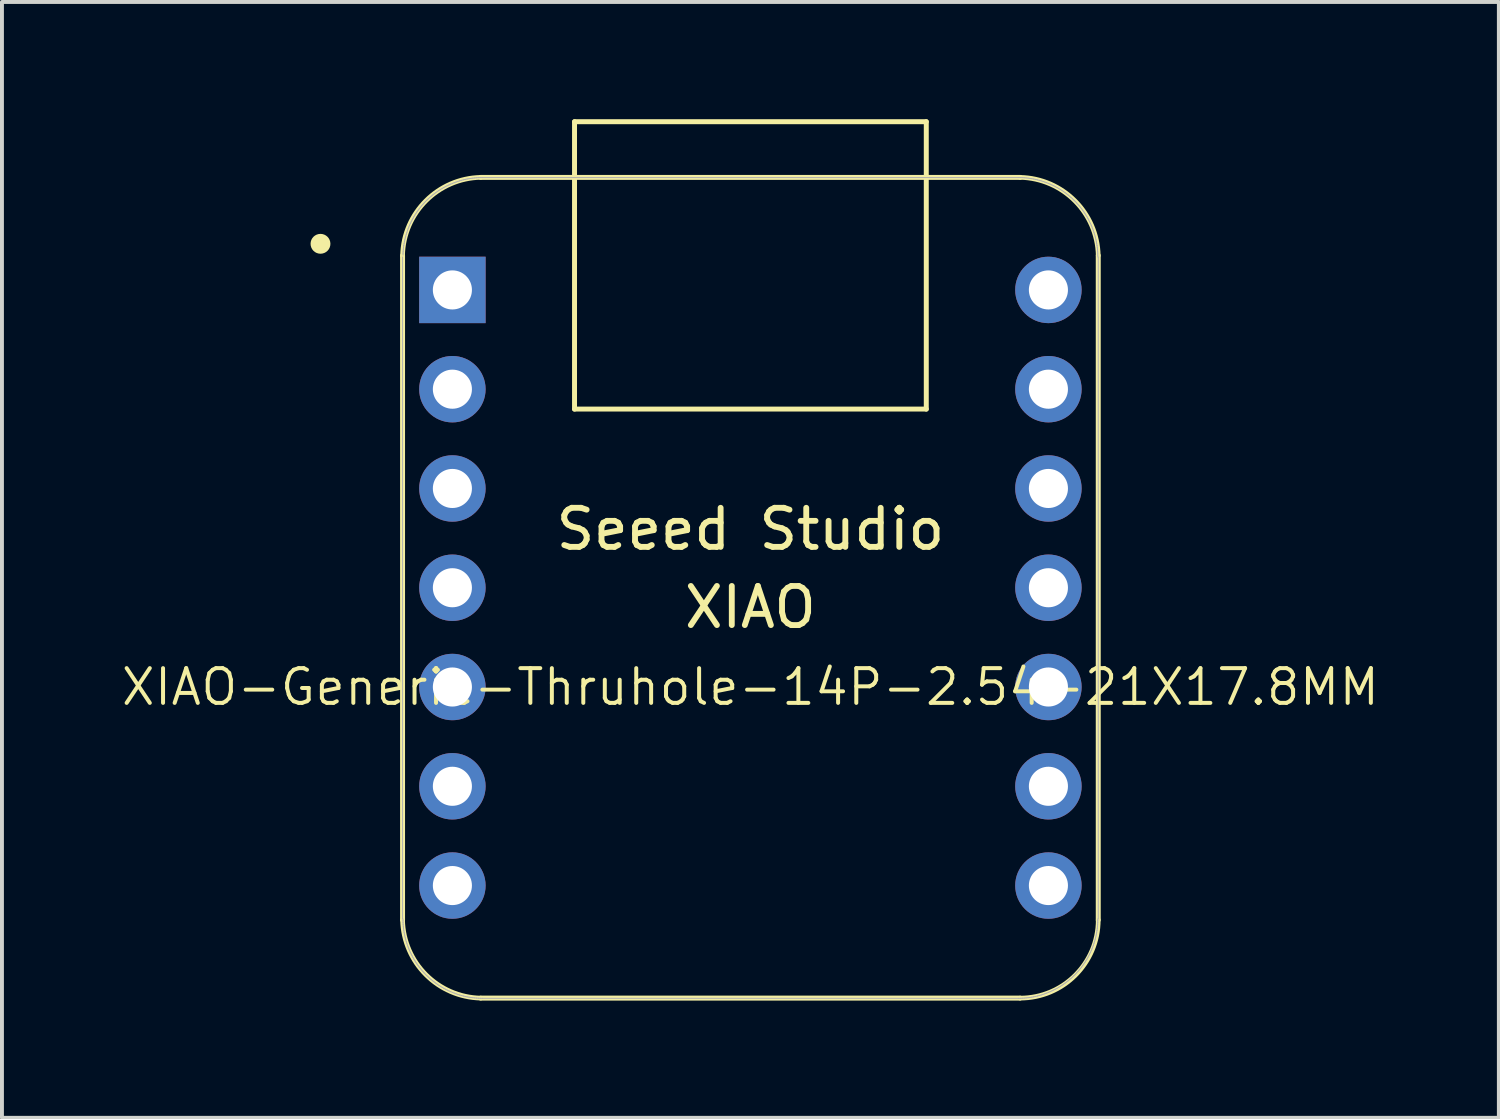
<source format=kicad_pcb>
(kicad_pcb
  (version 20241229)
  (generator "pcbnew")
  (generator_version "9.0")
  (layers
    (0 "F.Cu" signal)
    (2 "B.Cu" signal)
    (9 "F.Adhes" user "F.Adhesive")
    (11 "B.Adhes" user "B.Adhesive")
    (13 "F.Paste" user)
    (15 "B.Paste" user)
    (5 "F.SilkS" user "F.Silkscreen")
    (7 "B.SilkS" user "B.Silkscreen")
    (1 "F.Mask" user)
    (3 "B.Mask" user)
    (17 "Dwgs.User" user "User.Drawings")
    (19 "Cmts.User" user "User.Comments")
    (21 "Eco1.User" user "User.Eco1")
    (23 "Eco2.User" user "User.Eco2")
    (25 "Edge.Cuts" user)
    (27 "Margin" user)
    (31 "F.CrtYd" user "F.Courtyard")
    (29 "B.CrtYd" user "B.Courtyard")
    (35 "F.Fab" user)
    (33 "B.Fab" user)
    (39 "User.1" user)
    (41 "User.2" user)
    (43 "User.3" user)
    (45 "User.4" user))
  (footprint "XIAO-Generic-Thruhole-14P-2.54-21X17.8MM"
    (layer "F.Cu")
    (at 16.15 11.988)
    (property "Reference" "XIAO-Generic-Thruhole-14P-2.54-21X17.8MM" (at 0 2.54 0) (layer "F.SilkS") (effects (font (size 0.889 0.889) (thickness 0.102))))
    (attr smd)
    (fp_line (start -8.9 -8.5) (end -8.9 8.5) (stroke (width 0.127) (type solid)) (layer "F.SilkS"))
    (fp_line (start -6.9 10.5) (end 6.9 10.5) (stroke (width 0.127) (type solid)) (layer "F.SilkS"))
    (fp_line (start -4.5 -11.924) (end 4.5 -11.924) (stroke (width 0.127) (type solid)) (layer "F.SilkS"))
    (fp_line (start -4.5 -4.571) (end -4.5 -11.924) (stroke (width 0.127) (type solid)) (layer "F.SilkS"))
    (fp_line (start 4.5 -11.924) (end 4.5 -4.571) (stroke (width 0.127) (type solid)) (layer "F.SilkS"))
    (fp_line (start 4.5 -4.571) (end -4.5 -4.571) (stroke (width 0.127) (type solid)) (layer "F.SilkS"))
    (fp_line (start 6.9 -10.499) (end -6.9 -10.499) (stroke (width 0.127) (type solid)) (layer "F.SilkS"))
    (fp_line (start 8.9 8.5) (end 8.9 -8.5) (stroke (width 0.127) (type solid)) (layer "F.SilkS"))
    (fp_arc (start -8.9 -8.5) (mid -8.301491 -9.901491) (end -6.9 -10.5) (stroke (width 0.12) (type solid)) (layer "F.SilkS"))
    (fp_arc (start -6.9 10.5) (mid -8.301423 9.901423) (end -8.9 8.5) (stroke (width 0.12) (type solid)) (layer "F.SilkS"))
    (fp_arc (start 6.9 -10.5) (mid 8.301491 -9.901491) (end 8.9 -8.5) (stroke (width 0.12) (type solid)) (layer "F.SilkS"))
    (fp_arc (start 8.9 8.5) (mid 8.314214 9.914214) (end 6.9 10.5) (stroke (width 0.12) (type solid)) (layer "F.SilkS"))
    (fp_circle (center -11 -8.8) (end -11 -9.054) (stroke (width 0) (type solid)) (fill yes) (layer "F.SilkS"))
    (fp_poly (pts (xy -8.888 -8.562) (xy -8.885 -8.61) (xy -8.881 -8.659)) (stroke (width 0.025) (type solid)) (fill no) (layer "F.SilkS"))
    (fp_poly (pts (xy 8.889 8.522) (xy 8.888 8.571) (xy 8.885 8.62) (xy 8.881 8.669) (xy 8.875 8.717) (xy 8.869 8.766) (xy 8.861 8.815) (xy 8.852 8.863) (xy 8.842 8.911)) (stroke (width 0.025) (type solid)) (fill no) (layer "F.SilkS"))
    (fp_line (start -8.9 -8.463) (end -8.9 8.473) (stroke (width 0.025) (type solid)) (layer "F.Fab"))
    (fp_line (start -8.89 8.473) (end -8.889 8.522) (stroke (width 0.025) (type solid)) (layer "F.Fab"))
    (fp_line (start -8.889 8.522) (end -8.888 8.571) (stroke (width 0.025) (type solid)) (layer "F.Fab"))
    (fp_line (start -8.888 -8.562) (end -8.889 -8.512) (stroke (width 0.025) (type solid)) (layer "F.Fab"))
    (fp_line (start -8.888 8.571) (end -8.885 8.62) (stroke (width 0.025) (type solid)) (layer "F.Fab"))
    (fp_line (start -8.885 -8.61) (end -8.888 -8.562) (stroke (width 0.025) (type solid)) (layer "F.Fab"))
    (fp_line (start -8.885 8.62) (end -8.881 8.669) (stroke (width 0.025) (type solid)) (layer "F.Fab"))
    (fp_line (start -8.881 -8.659) (end -8.885 -8.61) (stroke (width 0.025) (type solid)) (layer "F.Fab"))
    (fp_line (start -8.881 8.669) (end -8.875 8.717) (stroke (width 0.025) (type solid)) (layer "F.Fab"))
    (fp_line (start -8.875 -8.708) (end -8.881 -8.659) (stroke (width 0.025) (type solid)) (layer "F.Fab"))
    (fp_line (start -8.875 8.717) (end -8.869 8.766) (stroke (width 0.025) (type solid)) (layer "F.Fab"))
    (fp_line (start -8.869 -8.757) (end -8.875 -8.708) (stroke (width 0.025) (type solid)) (layer "F.Fab"))
    (fp_line (start -8.869 8.766) (end -8.861 8.815) (stroke (width 0.025) (type solid)) (layer "F.Fab"))
    (fp_line (start -8.861 -8.806) (end -8.869 -8.757) (stroke (width 0.025) (type solid)) (layer "F.Fab"))
    (fp_line (start -8.861 8.815) (end -8.852 8.863) (stroke (width 0.025) (type solid)) (layer "F.Fab"))
    (fp_line (start -8.852 -8.854) (end -8.861 -8.806) (stroke (width 0.025) (type solid)) (layer "F.Fab"))
    (fp_line (start -8.852 8.863) (end -8.842 8.911) (stroke (width 0.025) (type solid)) (layer "F.Fab"))
    (fp_line (start -8.842 -8.902) (end -8.852 -8.854) (stroke (width 0.025) (type solid)) (layer "F.Fab"))
    (fp_line (start -8.842 8.911) (end -8.831 8.959) (stroke (width 0.025) (type solid)) (layer "F.Fab"))
    (fp_line (start -8.831 -8.95) (end -8.842 -8.902) (stroke (width 0.025) (type solid)) (layer "F.Fab"))
    (fp_line (start -8.831 8.959) (end -8.819 9.006) (stroke (width 0.025) (type solid)) (layer "F.Fab"))
    (fp_line (start -8.819 -8.997) (end -8.831 -8.95) (stroke (width 0.025) (type solid)) (layer "F.Fab"))
    (fp_line (start -8.819 9.006) (end -8.805 9.054) (stroke (width 0.025) (type solid)) (layer "F.Fab"))
    (fp_line (start -8.805 -9.045) (end -8.819 -8.997) (stroke (width 0.025) (type solid)) (layer "F.Fab"))
    (fp_line (start -8.805 9.054) (end -8.79 9.1) (stroke (width 0.025) (type solid)) (layer "F.Fab"))
    (fp_line (start -8.79 -9.091) (end -8.805 -9.045) (stroke (width 0.025) (type solid)) (layer "F.Fab"))
    (fp_line (start -8.79 9.1) (end -8.775 9.147) (stroke (width 0.025) (type solid)) (layer "F.Fab"))
    (fp_line (start -8.775 -9.138) (end -8.79 -9.091) (stroke (width 0.025) (type solid)) (layer "F.Fab"))
    (fp_line (start -8.775 9.147) (end -8.758 9.193) (stroke (width 0.025) (type solid)) (layer "F.Fab"))
    (fp_line (start -8.758 -9.184) (end -8.775 -9.138) (stroke (width 0.025) (type solid)) (layer "F.Fab"))
    (fp_line (start -8.758 9.193) (end -8.74 9.239) (stroke (width 0.025) (type solid)) (layer "F.Fab"))
    (fp_line (start -8.74 -9.23) (end -8.758 -9.184) (stroke (width 0.025) (type solid)) (layer "F.Fab"))
    (fp_line (start -8.74 9.239) (end -8.721 9.284) (stroke (width 0.025) (type solid)) (layer "F.Fab"))
    (fp_line (start -8.721 -9.275) (end -8.74 -9.23) (stroke (width 0.025) (type solid)) (layer "F.Fab"))
    (fp_line (start -8.721 9.284) (end -8.701 9.329) (stroke (width 0.025) (type solid)) (layer "F.Fab"))
    (fp_line (start -8.701 -9.32) (end -8.721 -9.275) (stroke (width 0.025) (type solid)) (layer "F.Fab"))
    (fp_line (start -8.701 9.329) (end -8.679 9.373) (stroke (width 0.025) (type solid)) (layer "F.Fab"))
    (fp_line (start -8.679 -9.364) (end -8.701 -9.32) (stroke (width 0.025) (type solid)) (layer "F.Fab"))
    (fp_line (start -8.679 9.373) (end -8.657 9.417) (stroke (width 0.025) (type solid)) (layer "F.Fab"))
    (fp_line (start -8.657 -9.408) (end -8.679 -9.364) (stroke (width 0.025) (type solid)) (layer "F.Fab"))
    (fp_line (start -8.657 9.417) (end -8.634 9.46) (stroke (width 0.025) (type solid)) (layer "F.Fab"))
    (fp_line (start -8.634 -9.451) (end -8.657 -9.408) (stroke (width 0.025) (type solid)) (layer "F.Fab"))
    (fp_line (start -8.634 9.46) (end -8.61 9.503) (stroke (width 0.025) (type solid)) (layer "F.Fab"))
    (fp_line (start -8.61 -9.494) (end -8.634 -9.451) (stroke (width 0.025) (type solid)) (layer "F.Fab"))
    (fp_line (start -8.61 9.503) (end -8.584 9.545) (stroke (width 0.025) (type solid)) (layer "F.Fab"))
    (fp_line (start -8.584 -9.536) (end -8.61 -9.494) (stroke (width 0.025) (type solid)) (layer "F.Fab"))
    (fp_line (start -8.584 9.545) (end -8.558 9.586) (stroke (width 0.025) (type solid)) (layer "F.Fab"))
    (fp_line (start -8.558 -9.577) (end -8.584 -9.536) (stroke (width 0.025) (type solid)) (layer "F.Fab"))
    (fp_line (start -8.558 9.586) (end -8.53 9.627) (stroke (width 0.025) (type solid)) (layer "F.Fab"))
    (fp_line (start -8.53 -9.618) (end -8.558 -9.577) (stroke (width 0.025) (type solid)) (layer "F.Fab"))
    (fp_line (start -8.53 9.627) (end -8.502 9.667) (stroke (width 0.025) (type solid)) (layer "F.Fab"))
    (fp_line (start -8.502 -9.658) (end -8.53 -9.618) (stroke (width 0.025) (type solid)) (layer "F.Fab"))
    (fp_line (start -8.502 9.667) (end -8.473 9.706) (stroke (width 0.025) (type solid)) (layer "F.Fab"))
    (fp_line (start -8.473 -9.697) (end -8.502 -9.658) (stroke (width 0.025) (type solid)) (layer "F.Fab"))
    (fp_line (start -8.473 9.706) (end -8.442 9.745) (stroke (width 0.025) (type solid)) (layer "F.Fab"))
    (fp_line (start -8.442 -9.736) (end -8.473 -9.697) (stroke (width 0.025) (type solid)) (layer "F.Fab"))
    (fp_line (start -8.442 9.745) (end -8.411 9.783) (stroke (width 0.025) (type solid)) (layer "F.Fab"))
    (fp_line (start -8.411 -9.774) (end -8.442 -9.736) (stroke (width 0.025) (type solid)) (layer "F.Fab"))
    (fp_line (start -8.411 9.783) (end -8.379 9.82) (stroke (width 0.025) (type solid)) (layer "F.Fab"))
    (fp_line (start -8.379 -9.811) (end -8.411 -9.774) (stroke (width 0.025) (type solid)) (layer "F.Fab"))
    (fp_line (start -8.379 9.82) (end -8.346 9.856) (stroke (width 0.025) (type solid)) (layer "F.Fab"))
    (fp_line (start -8.346 -9.847) (end -8.379 -9.811) (stroke (width 0.025) (type solid)) (layer "F.Fab"))
    (fp_line (start -8.346 9.856) (end -8.312 9.892) (stroke (width 0.025) (type solid)) (layer "F.Fab"))
    (fp_line (start -8.312 -9.883) (end -8.346 -9.847) (stroke (width 0.025) (type solid)) (layer "F.Fab"))
    (fp_line (start -8.312 9.892) (end -8.277 9.927) (stroke (width 0.025) (type solid)) (layer "F.Fab"))
    (fp_line (start -8.277 -9.918) (end -8.312 -9.883) (stroke (width 0.025) (type solid)) (layer "F.Fab"))
    (fp_line (start -8.277 9.927) (end -8.242 9.96) (stroke (width 0.025) (type solid)) (layer "F.Fab"))
    (fp_line (start -8.242 -9.951) (end -8.277 -9.918) (stroke (width 0.025) (type solid)) (layer "F.Fab"))
    (fp_line (start -8.242 9.96) (end -8.205 9.994) (stroke (width 0.025) (type solid)) (layer "F.Fab"))
    (fp_line (start -8.205 -9.984) (end -8.242 -9.951) (stroke (width 0.025) (type solid)) (layer "F.Fab"))
    (fp_line (start -8.205 9.994) (end -8.168 10.026) (stroke (width 0.025) (type solid)) (layer "F.Fab"))
    (fp_line (start -8.168 -10.017) (end -8.205 -9.984) (stroke (width 0.025) (type solid)) (layer "F.Fab"))
    (fp_line (start -8.168 10.026) (end -8.13 10.057) (stroke (width 0.025) (type solid)) (layer "F.Fab"))
    (fp_line (start -8.13 -10.048) (end -8.168 -10.017) (stroke (width 0.025) (type solid)) (layer "F.Fab"))
    (fp_line (start -8.13 10.057) (end -8.092 10.087) (stroke (width 0.025) (type solid)) (layer "F.Fab"))
    (fp_line (start -8.092 -10.078) (end -8.13 -10.048) (stroke (width 0.025) (type solid)) (layer "F.Fab"))
    (fp_line (start -8.092 10.087) (end -8.052 10.116) (stroke (width 0.025) (type solid)) (layer "F.Fab"))
    (fp_line (start -8.052 -10.107) (end -8.092 -10.078) (stroke (width 0.025) (type solid)) (layer "F.Fab"))
    (fp_line (start -8.052 10.116) (end -8.012 10.145) (stroke (width 0.025) (type solid)) (layer "F.Fab"))
    (fp_line (start -8.012 -10.136) (end -8.052 -10.107) (stroke (width 0.025) (type solid)) (layer "F.Fab"))
    (fp_line (start -8.012 10.145) (end -7.972 10.172) (stroke (width 0.025) (type solid)) (layer "F.Fab"))
    (fp_line (start -7.972 -10.163) (end -8.012 -10.136) (stroke (width 0.025) (type solid)) (layer "F.Fab"))
    (fp_line (start -7.972 10.172) (end -7.93 10.199) (stroke (width 0.025) (type solid)) (layer "F.Fab"))
    (fp_line (start -7.93 -10.19) (end -7.972 -10.163) (stroke (width 0.025) (type solid)) (layer "F.Fab"))
    (fp_line (start -7.93 10.199) (end -7.888 10.224) (stroke (width 0.025) (type solid)) (layer "F.Fab"))
    (fp_line (start -7.888 -10.215) (end -7.93 -10.19) (stroke (width 0.025) (type solid)) (layer "F.Fab"))
    (fp_line (start -7.888 10.224) (end -7.846 10.249) (stroke (width 0.025) (type solid)) (layer "F.Fab"))
    (fp_line (start -7.846 -10.239) (end -7.888 -10.215) (stroke (width 0.025) (type solid)) (layer "F.Fab"))
    (fp_line (start -7.846 10.249) (end -7.802 10.272) (stroke (width 0.025) (type solid)) (layer "F.Fab"))
    (fp_line (start -7.802 -10.263) (end -7.846 -10.239) (stroke (width 0.025) (type solid)) (layer "F.Fab"))
    (fp_line (start -7.802 10.272) (end -7.759 10.294) (stroke (width 0.025) (type solid)) (layer "F.Fab"))
    (fp_line (start -7.759 -10.285) (end -7.802 -10.263) (stroke (width 0.025) (type solid)) (layer "F.Fab"))
    (fp_line (start -7.759 10.294) (end -7.714 10.315) (stroke (width 0.025) (type solid)) (layer "F.Fab"))
    (fp_line (start -7.714 -10.306) (end -7.759 -10.285) (stroke (width 0.025) (type solid)) (layer "F.Fab"))
    (fp_line (start -7.714 10.315) (end -7.67 10.335) (stroke (width 0.025) (type solid)) (layer "F.Fab"))
    (fp_line (start -7.67 -10.326) (end -7.714 -10.306) (stroke (width 0.025) (type solid)) (layer "F.Fab"))
    (fp_line (start -7.67 10.335) (end -7.624 10.354) (stroke (width 0.025) (type solid)) (layer "F.Fab"))
    (fp_line (start -7.624 -10.345) (end -7.67 -10.326) (stroke (width 0.025) (type solid)) (layer "F.Fab"))
    (fp_line (start -7.624 10.354) (end -7.579 10.372) (stroke (width 0.025) (type solid)) (layer "F.Fab"))
    (fp_line (start -7.579 -10.363) (end -7.624 -10.345) (stroke (width 0.025) (type solid)) (layer "F.Fab"))
    (fp_line (start -7.579 10.372) (end -7.532 10.389) (stroke (width 0.025) (type solid)) (layer "F.Fab"))
    (fp_line (start -7.532 -10.38) (end -7.579 -10.363) (stroke (width 0.025) (type solid)) (layer "F.Fab"))
    (fp_line (start -7.532 10.389) (end -7.486 10.405) (stroke (width 0.025) (type solid)) (layer "F.Fab"))
    (fp_line (start -7.486 -10.396) (end -7.532 -10.38) (stroke (width 0.025) (type solid)) (layer "F.Fab"))
    (fp_line (start -7.486 10.405) (end -7.439 10.42) (stroke (width 0.025) (type solid)) (layer "F.Fab"))
    (fp_line (start -7.439 -10.411) (end -7.486 -10.396) (stroke (width 0.025) (type solid)) (layer "F.Fab"))
    (fp_line (start -7.439 10.42) (end -7.392 10.433) (stroke (width 0.025) (type solid)) (layer "F.Fab"))
    (fp_line (start -7.392 -10.424) (end -7.439 -10.411) (stroke (width 0.025) (type solid)) (layer "F.Fab"))
    (fp_line (start -7.392 10.433) (end -7.344 10.446) (stroke (width 0.025) (type solid)) (layer "F.Fab"))
    (fp_line (start -7.344 -10.436) (end -7.392 -10.424) (stroke (width 0.025) (type solid)) (layer "F.Fab"))
    (fp_line (start -7.344 10.446) (end -7.296 10.457) (stroke (width 0.025) (type solid)) (layer "F.Fab"))
    (fp_line (start -7.296 -10.448) (end -7.344 -10.436) (stroke (width 0.025) (type solid)) (layer "F.Fab"))
    (fp_line (start -7.296 10.457) (end -7.248 10.467) (stroke (width 0.025) (type solid)) (layer "F.Fab"))
    (fp_line (start -7.248 -10.458) (end -7.296 -10.448) (stroke (width 0.025) (type solid)) (layer "F.Fab"))
    (fp_line (start -7.248 10.467) (end -7.2 10.476) (stroke (width 0.025) (type solid)) (layer "F.Fab"))
    (fp_line (start -7.2 -10.466) (end -7.248 -10.458) (stroke (width 0.025) (type solid)) (layer "F.Fab"))
    (fp_line (start -7.2 10.476) (end -7.152 10.483) (stroke (width 0.025) (type solid)) (layer "F.Fab"))
    (fp_line (start -7.152 -10.474) (end -7.2 -10.466) (stroke (width 0.025) (type solid)) (layer "F.Fab"))
    (fp_line (start -7.152 10.483) (end -7.103 10.49) (stroke (width 0.025) (type solid)) (layer "F.Fab"))
    (fp_line (start -7.103 -10.481) (end -7.152 -10.474) (stroke (width 0.025) (type solid)) (layer "F.Fab"))
    (fp_line (start -7.103 10.49) (end -7.054 10.495) (stroke (width 0.025) (type solid)) (layer "F.Fab"))
    (fp_line (start -7.054 -10.486) (end -7.103 -10.481) (stroke (width 0.025) (type solid)) (layer "F.Fab"))
    (fp_line (start -7.054 10.495) (end -7.005 10.499) (stroke (width 0.025) (type solid)) (layer "F.Fab"))
    (fp_line (start -7.005 -10.49) (end -7.054 -10.486) (stroke (width 0.025) (type solid)) (layer "F.Fab"))
    (fp_line (start -7.005 10.499) (end -6.956 10.502) (stroke (width 0.025) (type solid)) (layer "F.Fab"))
    (fp_line (start -6.956 -10.493) (end -7.005 -10.49) (stroke (width 0.025) (type solid)) (layer "F.Fab"))
    (fp_line (start -6.956 10.502) (end -6.907 10.504) (stroke (width 0.025) (type solid)) (layer "F.Fab"))
    (fp_line (start -6.907 -10.495) (end -6.956 -10.493) (stroke (width 0.025) (type solid)) (layer "F.Fab"))
    (fp_line (start -6.907 10.504) (end -6.858 10.505) (stroke (width 0.025) (type solid)) (layer "F.Fab"))
    (fp_line (start -6.858 -10.495) (end -6.907 -10.495) (stroke (width 0.025) (type solid)) (layer "F.Fab"))
    (fp_line (start -6.858 10.505) (end 6.858 10.505) (stroke (width 0.025) (type solid)) (layer "F.Fab"))
    (fp_line (start 6.858 -10.495) (end -6.858 -10.495) (stroke (width 0.025) (type solid)) (layer "F.Fab"))
    (fp_line (start 6.858 10.505) (end 6.907 10.504) (stroke (width 0.025) (type solid)) (layer "F.Fab"))
    (fp_line (start 6.907 -10.495) (end 6.858 -10.495) (stroke (width 0.025) (type solid)) (layer "F.Fab"))
    (fp_line (start 6.907 10.504) (end 6.956 10.502) (stroke (width 0.025) (type solid)) (layer "F.Fab"))
    (fp_line (start 6.956 -10.493) (end 6.907 -10.495) (stroke (width 0.025) (type solid)) (layer "F.Fab"))
    (fp_line (start 6.956 10.502) (end 7.005 10.499) (stroke (width 0.025) (type solid)) (layer "F.Fab"))
    (fp_line (start 7.005 -10.49) (end 6.956 -10.493) (stroke (width 0.025) (type solid)) (layer "F.Fab"))
    (fp_line (start 7.005 10.499) (end 7.054 10.495) (stroke (width 0.025) (type solid)) (layer "F.Fab"))
    (fp_line (start 7.054 -10.486) (end 7.005 -10.49) (stroke (width 0.025) (type solid)) (layer "F.Fab"))
    (fp_line (start 7.054 10.495) (end 7.103 10.49) (stroke (width 0.025) (type solid)) (layer "F.Fab"))
    (fp_line (start 7.103 -10.481) (end 7.054 -10.486) (stroke (width 0.025) (type solid)) (layer "F.Fab"))
    (fp_line (start 7.103 10.49) (end 7.152 10.483) (stroke (width 0.025) (type solid)) (layer "F.Fab"))
    (fp_line (start 7.152 -10.474) (end 7.103 -10.481) (stroke (width 0.025) (type solid)) (layer "F.Fab"))
    (fp_line (start 7.152 10.483) (end 7.2 10.476) (stroke (width 0.025) (type solid)) (layer "F.Fab"))
    (fp_line (start 7.2 -10.466) (end 7.152 -10.474) (stroke (width 0.025) (type solid)) (layer "F.Fab"))
    (fp_line (start 7.2 10.476) (end 7.248 10.467) (stroke (width 0.025) (type solid)) (layer "F.Fab"))
    (fp_line (start 7.248 -10.458) (end 7.2 -10.466) (stroke (width 0.025) (type solid)) (layer "F.Fab"))
    (fp_line (start 7.248 10.467) (end 7.296 10.457) (stroke (width 0.025) (type solid)) (layer "F.Fab"))
    (fp_line (start 7.296 -10.448) (end 7.248 -10.458) (stroke (width 0.025) (type solid)) (layer "F.Fab"))
    (fp_line (start 7.296 10.457) (end 7.344 10.446) (stroke (width 0.025) (type solid)) (layer "F.Fab"))
    (fp_line (start 7.344 -10.436) (end 7.296 -10.448) (stroke (width 0.025) (type solid)) (layer "F.Fab"))
    (fp_line (start 7.344 10.446) (end 7.392 10.433) (stroke (width 0.025) (type solid)) (layer "F.Fab"))
    (fp_line (start 7.392 -10.424) (end 7.344 -10.436) (stroke (width 0.025) (type solid)) (layer "F.Fab"))
    (fp_line (start 7.392 10.433) (end 7.439 10.42) (stroke (width 0.025) (type solid)) (layer "F.Fab"))
    (fp_line (start 7.439 -10.411) (end 7.392 -10.424) (stroke (width 0.025) (type solid)) (layer "F.Fab"))
    (fp_line (start 7.439 10.42) (end 7.486 10.405) (stroke (width 0.025) (type solid)) (layer "F.Fab"))
    (fp_line (start 7.486 -10.396) (end 7.439 -10.411) (stroke (width 0.025) (type solid)) (layer "F.Fab"))
    (fp_line (start 7.486 10.405) (end 7.532 10.389) (stroke (width 0.025) (type solid)) (layer "F.Fab"))
    (fp_line (start 7.532 -10.38) (end 7.486 -10.396) (stroke (width 0.025) (type solid)) (layer "F.Fab"))
    (fp_line (start 7.532 10.389) (end 7.579 10.372) (stroke (width 0.025) (type solid)) (layer "F.Fab"))
    (fp_line (start 7.579 -10.363) (end 7.532 -10.38) (stroke (width 0.025) (type solid)) (layer "F.Fab"))
    (fp_line (start 7.579 10.372) (end 7.624 10.354) (stroke (width 0.025) (type solid)) (layer "F.Fab"))
    (fp_line (start 7.624 -10.345) (end 7.579 -10.363) (stroke (width 0.025) (type solid)) (layer "F.Fab"))
    (fp_line (start 7.624 10.354) (end 7.67 10.335) (stroke (width 0.025) (type solid)) (layer "F.Fab"))
    (fp_line (start 7.67 -10.326) (end 7.624 -10.345) (stroke (width 0.025) (type solid)) (layer "F.Fab"))
    (fp_line (start 7.67 10.335) (end 7.714 10.315) (stroke (width 0.025) (type solid)) (layer "F.Fab"))
    (fp_line (start 7.714 -10.306) (end 7.67 -10.326) (stroke (width 0.025) (type solid)) (layer "F.Fab"))
    (fp_line (start 7.714 10.315) (end 7.759 10.294) (stroke (width 0.025) (type solid)) (layer "F.Fab"))
    (fp_line (start 7.759 -10.285) (end 7.714 -10.306) (stroke (width 0.025) (type solid)) (layer "F.Fab"))
    (fp_line (start 7.759 10.294) (end 7.802 10.272) (stroke (width 0.025) (type solid)) (layer "F.Fab"))
    (fp_line (start 7.802 -10.263) (end 7.759 -10.285) (stroke (width 0.025) (type solid)) (layer "F.Fab"))
    (fp_line (start 7.802 10.272) (end 7.846 10.249) (stroke (width 0.025) (type solid)) (layer "F.Fab"))
    (fp_line (start 7.846 -10.239) (end 7.802 -10.263) (stroke (width 0.025) (type solid)) (layer "F.Fab"))
    (fp_line (start 7.846 10.249) (end 7.888 10.224) (stroke (width 0.025) (type solid)) (layer "F.Fab"))
    (fp_line (start 7.888 -10.215) (end 7.846 -10.239) (stroke (width 0.025) (type solid)) (layer "F.Fab"))
    (fp_line (start 7.888 10.224) (end 7.93 10.199) (stroke (width 0.025) (type solid)) (layer "F.Fab"))
    (fp_line (start 7.93 -10.19) (end 7.888 -10.215) (stroke (width 0.025) (type solid)) (layer "F.Fab"))
    (fp_line (start 7.93 10.199) (end 7.972 10.172) (stroke (width 0.025) (type solid)) (layer "F.Fab"))
    (fp_line (start 7.972 -10.163) (end 7.93 -10.19) (stroke (width 0.025) (type solid)) (layer "F.Fab"))
    (fp_line (start 7.972 10.172) (end 8.012 10.145) (stroke (width 0.025) (type solid)) (layer "F.Fab"))
    (fp_line (start 8.012 -10.136) (end 7.972 -10.163) (stroke (width 0.025) (type solid)) (layer "F.Fab"))
    (fp_line (start 8.012 10.145) (end 8.052 10.116) (stroke (width 0.025) (type solid)) (layer "F.Fab"))
    (fp_line (start 8.052 -10.107) (end 8.012 -10.136) (stroke (width 0.025) (type solid)) (layer "F.Fab"))
    (fp_line (start 8.052 10.116) (end 8.092 10.087) (stroke (width 0.025) (type solid)) (layer "F.Fab"))
    (fp_line (start 8.092 -10.078) (end 8.052 -10.107) (stroke (width 0.025) (type solid)) (layer "F.Fab"))
    (fp_line (start 8.092 10.087) (end 8.13 10.057) (stroke (width 0.025) (type solid)) (layer "F.Fab"))
    (fp_line (start 8.13 -10.048) (end 8.092 -10.078) (stroke (width 0.025) (type solid)) (layer "F.Fab"))
    (fp_line (start 8.13 10.057) (end 8.168 10.026) (stroke (width 0.025) (type solid)) (layer "F.Fab"))
    (fp_line (start 8.168 -10.017) (end 8.13 -10.048) (stroke (width 0.025) (type solid)) (layer "F.Fab"))
    (fp_line (start 8.168 10.026) (end 8.205 9.994) (stroke (width 0.025) (type solid)) (layer "F.Fab"))
    (fp_line (start 8.205 -9.984) (end 8.168 -10.017) (stroke (width 0.025) (type solid)) (layer "F.Fab"))
    (fp_line (start 8.205 9.994) (end 8.242 9.96) (stroke (width 0.025) (type solid)) (layer "F.Fab"))
    (fp_line (start 8.242 -9.951) (end 8.205 -9.984) (stroke (width 0.025) (type solid)) (layer "F.Fab"))
    (fp_line (start 8.242 9.96) (end 8.277 9.927) (stroke (width 0.025) (type solid)) (layer "F.Fab"))
    (fp_line (start 8.277 -9.918) (end 8.242 -9.951) (stroke (width 0.025) (type solid)) (layer "F.Fab"))
    (fp_line (start 8.277 9.927) (end 8.312 9.892) (stroke (width 0.025) (type solid)) (layer "F.Fab"))
    (fp_line (start 8.312 -9.883) (end 8.277 -9.918) (stroke (width 0.025) (type solid)) (layer "F.Fab"))
    (fp_line (start 8.312 9.892) (end 8.346 9.856) (stroke (width 0.025) (type solid)) (layer "F.Fab"))
    (fp_line (start 8.346 -9.847) (end 8.312 -9.883) (stroke (width 0.025) (type solid)) (layer "F.Fab"))
    (fp_line (start 8.346 9.856) (end 8.379 9.82) (stroke (width 0.025) (type solid)) (layer "F.Fab"))
    (fp_line (start 8.379 -9.811) (end 8.346 -9.847) (stroke (width 0.025) (type solid)) (layer "F.Fab"))
    (fp_line (start 8.379 9.82) (end 8.411 9.783) (stroke (width 0.025) (type solid)) (layer "F.Fab"))
    (fp_line (start 8.411 -9.774) (end 8.379 -9.811) (stroke (width 0.025) (type solid)) (layer "F.Fab"))
    (fp_line (start 8.411 9.783) (end 8.442 9.745) (stroke (width 0.025) (type solid)) (layer "F.Fab"))
    (fp_line (start 8.442 -9.736) (end 8.411 -9.774) (stroke (width 0.025) (type solid)) (layer "F.Fab"))
    (fp_line (start 8.442 9.745) (end 8.473 9.706) (stroke (width 0.025) (type solid)) (layer "F.Fab"))
    (fp_line (start 8.473 -9.697) (end 8.442 -9.736) (stroke (width 0.025) (type solid)) (layer "F.Fab"))
    (fp_line (start 8.473 9.706) (end 8.502 9.667) (stroke (width 0.025) (type solid)) (layer "F.Fab"))
    (fp_line (start 8.502 -9.658) (end 8.473 -9.697) (stroke (width 0.025) (type solid)) (layer "F.Fab"))
    (fp_line (start 8.502 9.667) (end 8.53 9.627) (stroke (width 0.025) (type solid)) (layer "F.Fab"))
    (fp_line (start 8.53 -9.618) (end 8.502 -9.658) (stroke (width 0.025) (type solid)) (layer "F.Fab"))
    (fp_line (start 8.53 9.627) (end 8.558 9.586) (stroke (width 0.025) (type solid)) (layer "F.Fab"))
    (fp_line (start 8.558 -9.577) (end 8.53 -9.618) (stroke (width 0.025) (type solid)) (layer "F.Fab"))
    (fp_line (start 8.558 9.586) (end 8.584 9.545) (stroke (width 0.025) (type solid)) (layer "F.Fab"))
    (fp_line (start 8.584 -9.536) (end 8.558 -9.577) (stroke (width 0.025) (type solid)) (layer "F.Fab"))
    (fp_line (start 8.584 9.545) (end 8.61 9.503) (stroke (width 0.025) (type solid)) (layer "F.Fab"))
    (fp_line (start 8.61 -9.494) (end 8.584 -9.536) (stroke (width 0.025) (type solid)) (layer "F.Fab"))
    (fp_line (start 8.61 9.503) (end 8.634 9.46) (stroke (width 0.025) (type solid)) (layer "F.Fab"))
    (fp_line (start 8.634 -9.451) (end 8.61 -9.494) (stroke (width 0.025) (type solid)) (layer "F.Fab"))
    (fp_line (start 8.634 9.46) (end 8.657 9.417) (stroke (width 0.025) (type solid)) (layer "F.Fab"))
    (fp_line (start 8.657 -9.408) (end 8.634 -9.451) (stroke (width 0.025) (type solid)) (layer "F.Fab"))
    (fp_line (start 8.657 9.417) (end 8.679 9.373) (stroke (width 0.025) (type solid)) (layer "F.Fab"))
    (fp_line (start 8.679 -9.364) (end 8.657 -9.408) (stroke (width 0.025) (type solid)) (layer "F.Fab"))
    (fp_line (start 8.679 9.373) (end 8.701 9.329) (stroke (width 0.025) (type solid)) (layer "F.Fab"))
    (fp_line (start 8.701 -9.32) (end 8.679 -9.364) (stroke (width 0.025) (type solid)) (layer "F.Fab"))
    (fp_line (start 8.701 9.329) (end 8.721 9.284) (stroke (width 0.025) (type solid)) (layer "F.Fab"))
    (fp_line (start 8.721 -9.275) (end 8.701 -9.32) (stroke (width 0.025) (type solid)) (layer "F.Fab"))
    (fp_line (start 8.721 9.284) (end 8.74 9.239) (stroke (width 0.025) (type solid)) (layer "F.Fab"))
    (fp_line (start 8.74 -9.23) (end 8.721 -9.275) (stroke (width 0.025) (type solid)) (layer "F.Fab"))
    (fp_line (start 8.74 9.239) (end 8.758 9.193) (stroke (width 0.025) (type solid)) (layer "F.Fab"))
    (fp_line (start 8.758 -9.184) (end 8.74 -9.23) (stroke (width 0.025) (type solid)) (layer "F.Fab"))
    (fp_line (start 8.758 9.193) (end 8.775 9.147) (stroke (width 0.025) (type solid)) (layer "F.Fab"))
    (fp_line (start 8.775 -9.138) (end 8.758 -9.184) (stroke (width 0.025) (type solid)) (layer "F.Fab"))
    (fp_line (start 8.775 9.147) (end 8.79 9.1) (stroke (width 0.025) (type solid)) (layer "F.Fab"))
    (fp_line (start 8.79 -9.091) (end 8.775 -9.138) (stroke (width 0.025) (type solid)) (layer "F.Fab"))
    (fp_line (start 8.79 9.1) (end 8.805 9.054) (stroke (width 0.025) (type solid)) (layer "F.Fab"))
    (fp_line (start 8.805 -9.045) (end 8.79 -9.091) (stroke (width 0.025) (type solid)) (layer "F.Fab"))
    (fp_line (start 8.805 9.054) (end 8.819 9.006) (stroke (width 0.025) (type solid)) (layer "F.Fab"))
    (fp_line (start 8.819 -8.997) (end 8.805 -9.045) (stroke (width 0.025) (type solid)) (layer "F.Fab"))
    (fp_line (start 8.819 9.006) (end 8.831 8.959) (stroke (width 0.025) (type solid)) (layer "F.Fab"))
    (fp_line (start 8.831 -8.95) (end 8.819 -8.997) (stroke (width 0.025) (type solid)) (layer "F.Fab"))
    (fp_line (start 8.831 8.959) (end 8.842 8.911) (stroke (width 0.025) (type solid)) (layer "F.Fab"))
    (fp_line (start 8.842 -8.902) (end 8.831 -8.95) (stroke (width 0.025) (type solid)) (layer "F.Fab"))
    (fp_line (start 8.842 8.911) (end 8.852 8.863) (stroke (width 0.025) (type solid)) (layer "F.Fab"))
    (fp_line (start 8.852 -8.854) (end 8.842 -8.902) (stroke (width 0.025) (type solid)) (layer "F.Fab"))
    (fp_line (start 8.852 8.863) (end 8.861 8.815) (stroke (width 0.025) (type solid)) (layer "F.Fab"))
    (fp_line (start 8.861 -8.806) (end 8.852 -8.854) (stroke (width 0.025) (type solid)) (layer "F.Fab"))
    (fp_line (start 8.861 8.815) (end 8.869 8.766) (stroke (width 0.025) (type solid)) (layer "F.Fab"))
    (fp_line (start 8.869 -8.757) (end 8.861 -8.806) (stroke (width 0.025) (type solid)) (layer "F.Fab"))
    (fp_line (start 8.869 8.766) (end 8.875 8.717) (stroke (width 0.025) (type solid)) (layer "F.Fab"))
    (fp_line (start 8.875 -8.708) (end 8.869 -8.757) (stroke (width 0.025) (type solid)) (layer "F.Fab"))
    (fp_line (start 8.875 8.717) (end 8.881 8.669) (stroke (width 0.025) (type solid)) (layer "F.Fab"))
    (fp_line (start 8.881 -8.659) (end 8.875 -8.708) (stroke (width 0.025) (type solid)) (layer "F.Fab"))
    (fp_line (start 8.881 8.669) (end 8.885 8.62) (stroke (width 0.025) (type solid)) (layer "F.Fab"))
    (fp_line (start 8.885 -8.61) (end 8.881 -8.659) (stroke (width 0.025) (type solid)) (layer "F.Fab"))
    (fp_line (start 8.885 8.62) (end 8.888 8.571) (stroke (width 0.025) (type solid)) (layer "F.Fab"))
    (fp_line (start 8.888 -8.562) (end 8.885 -8.61) (stroke (width 0.025) (type solid)) (layer "F.Fab"))
    (fp_line (start 8.888 8.571) (end 8.889 8.522) (stroke (width 0.025) (type solid)) (layer "F.Fab"))
    (fp_line (start 8.889 -8.512) (end 8.888 -8.562) (stroke (width 0.025) (type solid)) (layer "F.Fab"))
    (fp_line (start 8.889 8.522) (end 8.89 8.473) (stroke (width 0.025) (type solid)) (layer "F.Fab"))
    (fp_line (start 8.89 -8.463) (end 8.889 -8.512) (stroke (width 0.025) (type solid)) (layer "F.Fab"))
    (fp_line (start 8.9 8.473) (end 8.9 -8.463) (stroke (width 0.025) (type solid)) (layer "F.Fab"))
    (fp_text user "Seeed Studio" (at 0 -1.5 0) (unlocked yes) (layer "F.SilkS") (effects (font (size 1 1) (thickness 0.15))))
    (fp_text user "XIAO" (at 0 0.5 0) (unlocked yes) (layer "F.SilkS") (effects (font (size 1 1) (thickness 0.15))))
    (pad "1" thru_hole rect (at -7.625 -7.62) (size 1.7 1.7) (drill 1) (layers "*.Cu" "*.Mask"))
    (pad "2" thru_hole circle (at -7.625 -5.08) (size 1.7 1.7) (drill 1) (layers "*.Cu" "*.Mask"))
    (pad "3" thru_hole circle (at -7.625 -2.54) (size 1.7 1.7) (drill 1) (layers "*.Cu" "*.Mask"))
    (pad "4" thru_hole circle (at -7.625 0) (size 1.7 1.7) (drill 1) (layers "*.Cu" "*.Mask"))
    (pad "5" thru_hole circle (at -7.625 2.54) (size 1.7 1.7) (drill 1) (layers "*.Cu" "*.Mask"))
    (pad "6" thru_hole circle (at -7.625 5.08 180) (size 1.7 1.7) (drill 1) (layers "*.Cu" "*.Mask"))
    (pad "7" thru_hole circle (at -7.625 7.62) (size 1.7 1.7) (drill 1) (layers "*.Cu" "*.Mask"))
    (pad "8" thru_hole circle (at 7.625 7.62) (size 1.7 1.7) (drill 1) (layers "*.Cu" "*.Mask"))
    (pad "9" thru_hole circle (at 7.625 5.08) (size 1.7 1.7) (drill 1) (layers "*.Cu" "*.Mask"))
    (pad "10" thru_hole circle (at 7.625 2.54) (size 1.7 1.7) (drill 1) (layers "*.Cu" "*.Mask"))
    (pad "11" thru_hole circle (at 7.625 0) (size 1.7 1.7) (drill 1) (layers "*.Cu" "*.Mask"))
    (pad "12" thru_hole circle (at 7.625 -2.54) (size 1.7 1.7) (drill 1) (layers "*.Cu" "*.Mask"))
    (pad "13" thru_hole circle (at 7.625 -5.08) (size 1.7 1.7) (drill 1) (layers "*.Cu" "*.Mask"))
    (pad "14" thru_hole circle (at 7.625 -7.62) (size 1.7 1.7) (drill 1) (layers "*.Cu" "*.Mask")))
  (gr_rect
    (start -3 -3)
    (end 35.3 25.551)
    (stroke (width 0.1) (type default))
    (fill no)
    (layer "Edge.Cuts")))
</source>
